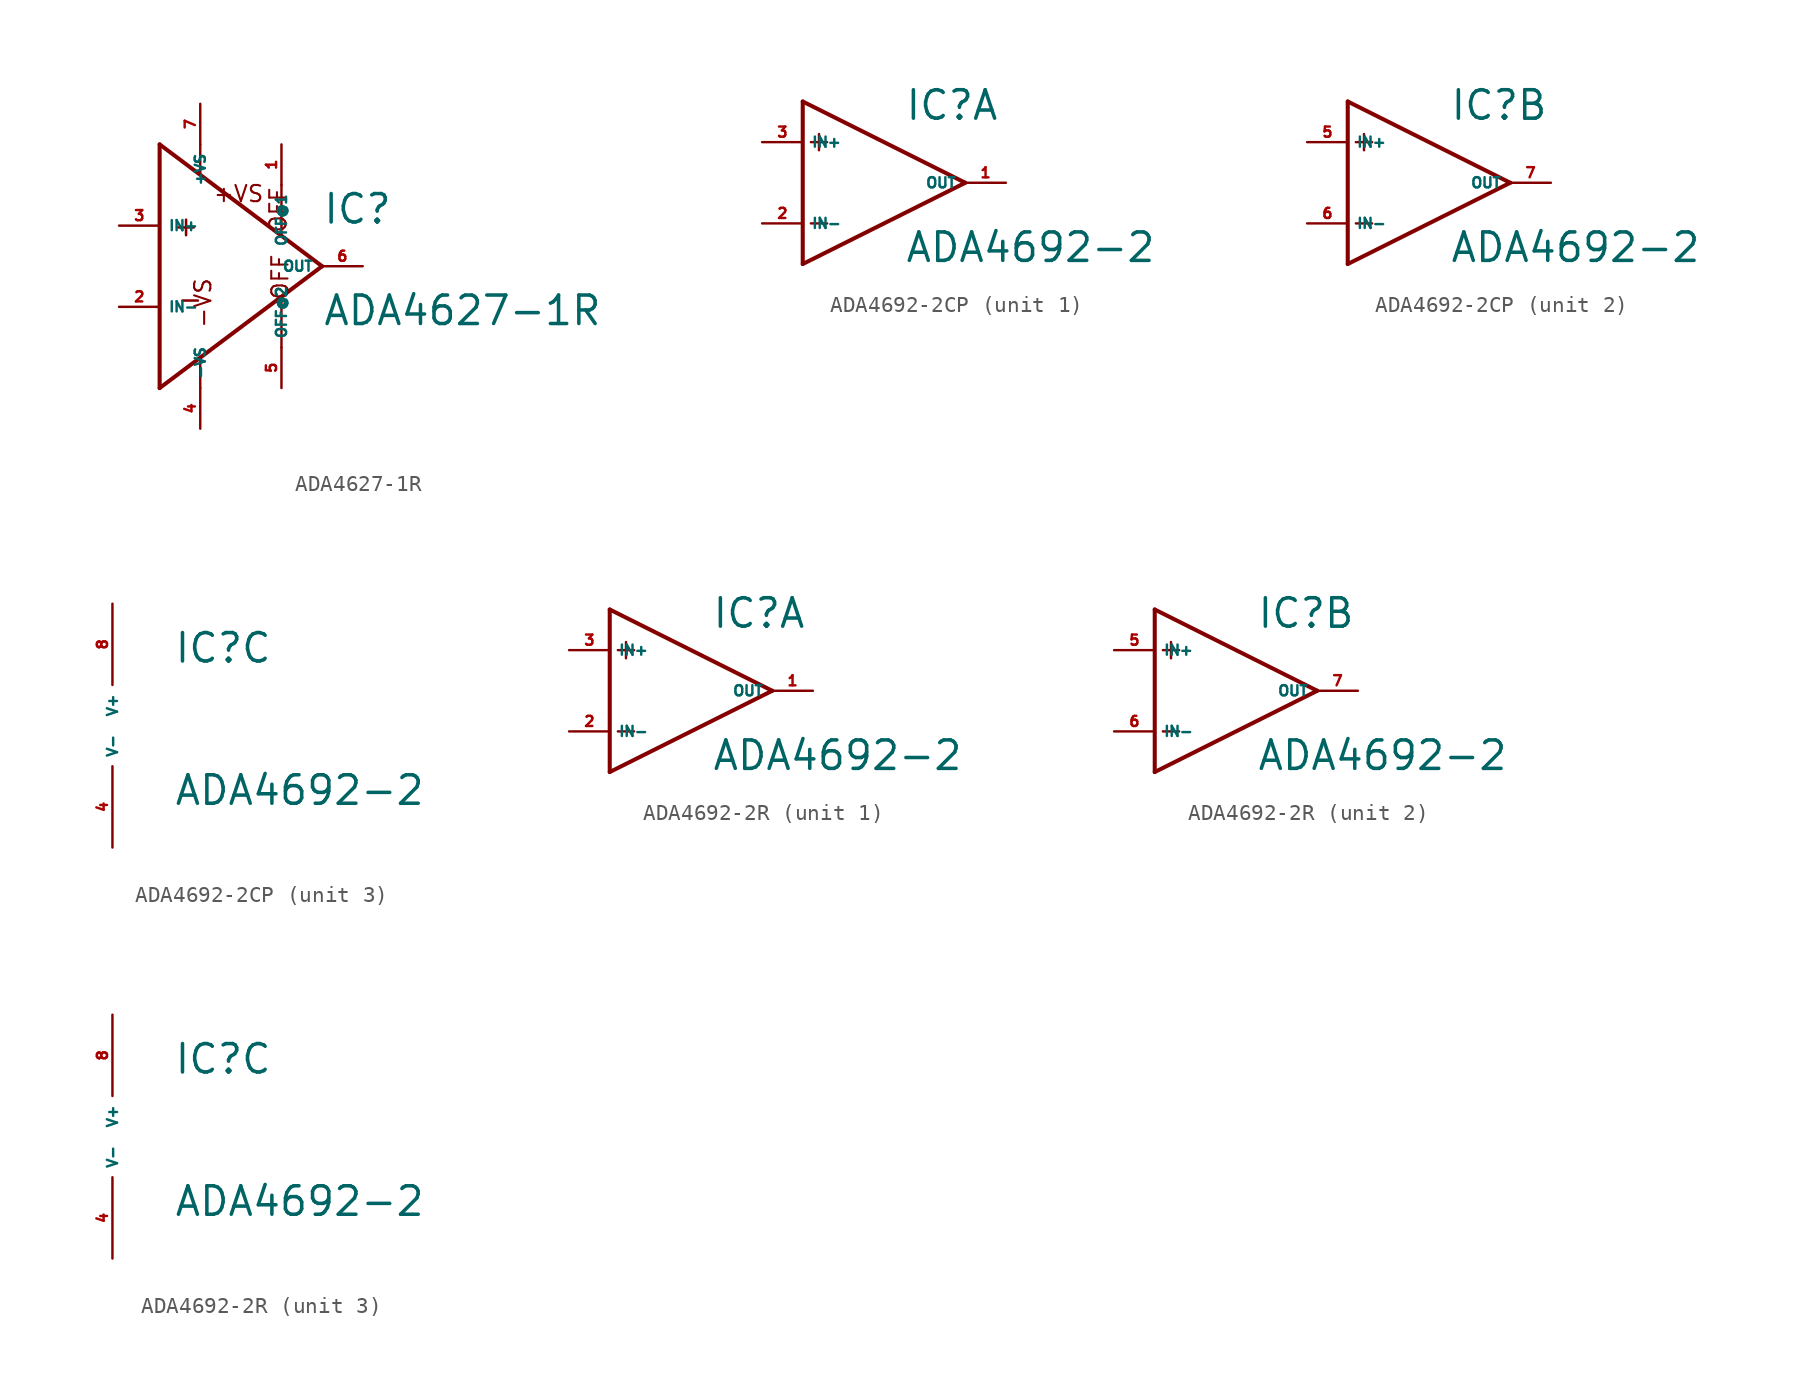
<source format=kicad_sym>
(kicad_symbol_lib
  (version 20220914)
  (generator Eagle2Kicad)
  (symbol "ADA4627-1R"
    (property "Reference" "IC"
      (at 7.62 2.54 0)
      (effects (font (size 1.778 1.778) (thickness 0.22)) (justify left bottom)))
    (property "Value" "ADA4627-1R"
      (at 7.62 -3.81 0)
      (effects (font (size 1.778 1.778) (thickness 0.22)) (justify left bottom)))
    (polyline
      (pts (xy -2.54 7.62) (xy -2.54 -7.62))
      (stroke (width 0.254) (type default))
      (fill (type none)))
    (polyline
      (pts (xy -2.54 -7.62) (xy 7.62 0))
      (stroke (width 0.254) (type default))
      (fill (type none)))
    (polyline
      (pts (xy 7.62 0) (xy -2.54 7.62))
      (stroke (width 0.254) (type default))
      (fill (type none)))
    (polyline
      (pts (xy 5.08 5.08) (xy 5.08 2.032))
      (stroke (width 0.152) (type default))
      (fill (type none)))
    (polyline
      (pts (xy 5.08 -5.08) (xy 5.08 -2.032))
      (stroke (width 0.152) (type default))
      (fill (type none)))
    (polyline
      (pts (xy 0 5.842) (xy 0 7.62))
      (stroke (width 0.152) (type default))
      (fill (type none)))
    (polyline
      (pts (xy 0 -7.62) (xy 0 -5.842))
      (stroke (width 0.152) (type default))
      (fill (type none)))
    (text "+"
      (at -1.778 1.778 0)
      (effects (font (size 1.27 1.27) (thickness 0.16)) (justify left bottom)))
    (text "-"
      (at -1.524 -2.794 0)
      (effects (font (size 1.27 1.27) (thickness 0.16)) (justify left bottom)))
    (text "+VS"
      (at 0.762 3.937 0)
      (effects (font (size 1.016 1.016) (thickness 0.13)) (justify left bottom mirror)))
    (text "-VS"
      (at 0.762 -3.937 1800)
      (effects (font (size 1.016 1.016) (thickness 0.13)) (justify left bottom)))
    (text "OFF"
      (at 5.588 -2.159 2700)
      (effects (font (size 1.016 1.016) (thickness 0.13)) (justify left bottom)))
    (text "OFF"
      (at 5.461 2.032 900)
      (effects (font (size 1.016 1.016) (thickness 0.13)) (justify left bottom mirror)))
    (pin input line
      (at -5.08 2.54 0)
      (length 2.54)
      (name "IN+" (effects (font (size 0.635 0.635) (thickness 0.08)) (justify left bottom)))
      (number "3" (effects (font (size 0.635 0.635) (thickness 0.08)) (justify left bottom))))
    (pin input line
      (at -5.08 -2.54 0)
      (length 2.54)
      (name "IN-" (effects (font (size 0.635 0.635) (thickness 0.08)) (justify left bottom)))
      (number "2" (effects (font (size 0.635 0.635) (thickness 0.08)) (justify left bottom))))
    (pin output line
      (at 10.16 0 180)
      (length 2.54)
      (name "OUT" (effects (font (size 0.635 0.635) (thickness 0.08)) (justify left bottom)))
      (number "6" (effects (font (size 0.635 0.635) (thickness 0.08)) (justify left bottom))))
    (pin input line
      (at 0 -10.16 90)
      (length 2.54)
      (name "-VS" (effects (font (size 0.635 0.635) (thickness 0.08)) (justify left bottom)))
      (number "4" (effects (font (size 0.635 0.635) (thickness 0.08)) (justify left bottom))))
    (pin input line
      (at 0 10.16 270)
      (length 2.54)
      (name "+VS" (effects (font (size 0.635 0.635) (thickness 0.08)) (justify left bottom)))
      (number "7" (effects (font (size 0.635 0.635) (thickness 0.08)) (justify left bottom))))
    (pin passive line
      (at 5.08 7.62 270)
      (length 2.54)
      (name "OFF@1" (effects (font (size 0.635 0.635) (thickness 0.08)) (justify left bottom)))
      (number "1" (effects (font (size 0.635 0.635) (thickness 0.08)) (justify left bottom))))
    (pin passive line
      (at 5.08 -7.62 90)
      (length 2.54)
      (name "OFF@2" (effects (font (size 0.635 0.635) (thickness 0.08)) (justify left bottom)))
      (number "5" (effects (font (size 0.635 0.635) (thickness 0.08)) (justify left bottom)))))
  (symbol "ADA4692-2CP"
    (property "Reference" "IC"
      (at 3.81 3.81 0)
      (effects (font (size 1.778 1.778) (thickness 0.22)) (justify left bottom)))
    (property "Value" "ADA4692-2"
      (at 3.81 -5.08 0)
      (effects (font (size 1.778 1.778) (thickness 0.22)) (justify left bottom)))
    (symbol "ADA4692-2CP_1_0"
      (polyline (pts (xy -2.54 5.08) (xy -2.54 -5.08)) (stroke (width 0.254) (type default)) (fill (type none)))
      (polyline (pts (xy -2.54 -5.08) (xy 7.62 0)) (stroke (width 0.254) (type default)) (fill (type none)))
      (polyline (pts (xy 7.62 0) (xy -2.54 5.08)) (stroke (width 0.254) (type default)) (fill (type none)))
      (polyline (pts (xy -2.032 2.54) (xy -1.016 2.54)) (stroke (width 0.152) (type default)) (fill (type none)))
      (polyline (pts (xy -1.524 3.048) (xy -1.524 2.032)) (stroke (width 0.152) (type default)) (fill (type none)))
      (polyline (pts (xy -2.032 -2.54) (xy -1.016 -2.54)) (stroke (width 0.152) (type default)) (fill (type none)))
      (pin input line (at -5.08 2.54 0) (length 2.54) (name "IN+" (effects (font (size 0.635 0.635) (thickness 0.08)) (justify left bottom))) (number "3" (effects (font (size 0.635 0.635) (thickness 0.08)) (justify left bottom))))
      (pin input line (at -5.08 -2.54 0) (length 2.54) (name "IN-" (effects (font (size 0.635 0.635) (thickness 0.08)) (justify left bottom))) (number "2" (effects (font (size 0.635 0.635) (thickness 0.08)) (justify left bottom))))
      (pin output line (at 10.16 0 180) (length 2.54) (name "OUT" (effects (font (size 0.635 0.635) (thickness 0.08)) (justify left bottom))) (number "1" (effects (font (size 0.635 0.635) (thickness 0.08)) (justify left bottom)))))
    (symbol "ADA4692-2CP_2_0"
      (polyline (pts (xy -2.54 5.08) (xy -2.54 -5.08)) (stroke (width 0.254) (type default)) (fill (type none)))
      (polyline (pts (xy -2.54 -5.08) (xy 7.62 0)) (stroke (width 0.254) (type default)) (fill (type none)))
      (polyline (pts (xy 7.62 0) (xy -2.54 5.08)) (stroke (width 0.254) (type default)) (fill (type none)))
      (polyline (pts (xy -2.032 2.54) (xy -1.016 2.54)) (stroke (width 0.152) (type default)) (fill (type none)))
      (polyline (pts (xy -1.524 3.048) (xy -1.524 2.032)) (stroke (width 0.152) (type default)) (fill (type none)))
      (polyline (pts (xy -2.032 -2.54) (xy -1.016 -2.54)) (stroke (width 0.152) (type default)) (fill (type none)))
      (pin input line (at -5.08 2.54 0) (length 2.54) (name "IN+" (effects (font (size 0.635 0.635) (thickness 0.08)) (justify left bottom))) (number "5" (effects (font (size 0.635 0.635) (thickness 0.08)) (justify left bottom))))
      (pin input line (at -5.08 -2.54 0) (length 2.54) (name "IN-" (effects (font (size 0.635 0.635) (thickness 0.08)) (justify left bottom))) (number "6" (effects (font (size 0.635 0.635) (thickness 0.08)) (justify left bottom))))
      (pin output line (at 10.16 0 180) (length 2.54) (name "OUT" (effects (font (size 0.635 0.635) (thickness 0.08)) (justify left bottom))) (number "7" (effects (font (size 0.635 0.635) (thickness 0.08)) (justify left bottom)))))
    (symbol "ADA4692-2CP_3_0"
      (pin unspecified line (at 0 7.62 270) (length 5.08) (name "V+" (effects (font (size 0.635 0.635) (thickness 0.08)) (justify left bottom))) (number "8" (effects (font (size 0.635 0.635) (thickness 0.08)) (justify left bottom))))
      (pin unspecified line (at 0 -7.62 90) (length 5.08) (name "V-" (effects (font (size 0.635 0.635) (thickness 0.08)) (justify left bottom))) (number "4" (effects (font (size 0.635 0.635) (thickness 0.08)) (justify left bottom))))))
  (symbol "ADA4692-2R"
    (property "Reference" "IC"
      (at 3.81 3.81 0)
      (effects (font (size 1.778 1.778) (thickness 0.22)) (justify left bottom)))
    (property "Value" "ADA4692-2"
      (at 3.81 -5.08 0)
      (effects (font (size 1.778 1.778) (thickness 0.22)) (justify left bottom)))
    (symbol "ADA4692-2R_1_0"
      (polyline (pts (xy -2.54 5.08) (xy -2.54 -5.08)) (stroke (width 0.254) (type default)) (fill (type none)))
      (polyline (pts (xy -2.54 -5.08) (xy 7.62 0)) (stroke (width 0.254) (type default)) (fill (type none)))
      (polyline (pts (xy 7.62 0) (xy -2.54 5.08)) (stroke (width 0.254) (type default)) (fill (type none)))
      (polyline (pts (xy -2.032 2.54) (xy -1.016 2.54)) (stroke (width 0.152) (type default)) (fill (type none)))
      (polyline (pts (xy -1.524 3.048) (xy -1.524 2.032)) (stroke (width 0.152) (type default)) (fill (type none)))
      (polyline (pts (xy -2.032 -2.54) (xy -1.016 -2.54)) (stroke (width 0.152) (type default)) (fill (type none)))
      (pin input line (at -5.08 2.54 0) (length 2.54) (name "IN+" (effects (font (size 0.635 0.635) (thickness 0.08)) (justify left bottom))) (number "3" (effects (font (size 0.635 0.635) (thickness 0.08)) (justify left bottom))))
      (pin input line (at -5.08 -2.54 0) (length 2.54) (name "IN-" (effects (font (size 0.635 0.635) (thickness 0.08)) (justify left bottom))) (number "2" (effects (font (size 0.635 0.635) (thickness 0.08)) (justify left bottom))))
      (pin output line (at 10.16 0 180) (length 2.54) (name "OUT" (effects (font (size 0.635 0.635) (thickness 0.08)) (justify left bottom))) (number "1" (effects (font (size 0.635 0.635) (thickness 0.08)) (justify left bottom)))))
    (symbol "ADA4692-2R_2_0"
      (polyline (pts (xy -2.54 5.08) (xy -2.54 -5.08)) (stroke (width 0.254) (type default)) (fill (type none)))
      (polyline (pts (xy -2.54 -5.08) (xy 7.62 0)) (stroke (width 0.254) (type default)) (fill (type none)))
      (polyline (pts (xy 7.62 0) (xy -2.54 5.08)) (stroke (width 0.254) (type default)) (fill (type none)))
      (polyline (pts (xy -2.032 2.54) (xy -1.016 2.54)) (stroke (width 0.152) (type default)) (fill (type none)))
      (polyline (pts (xy -1.524 3.048) (xy -1.524 2.032)) (stroke (width 0.152) (type default)) (fill (type none)))
      (polyline (pts (xy -2.032 -2.54) (xy -1.016 -2.54)) (stroke (width 0.152) (type default)) (fill (type none)))
      (pin input line (at -5.08 2.54 0) (length 2.54) (name "IN+" (effects (font (size 0.635 0.635) (thickness 0.08)) (justify left bottom))) (number "5" (effects (font (size 0.635 0.635) (thickness 0.08)) (justify left bottom))))
      (pin input line (at -5.08 -2.54 0) (length 2.54) (name "IN-" (effects (font (size 0.635 0.635) (thickness 0.08)) (justify left bottom))) (number "6" (effects (font (size 0.635 0.635) (thickness 0.08)) (justify left bottom))))
      (pin output line (at 10.16 0 180) (length 2.54) (name "OUT" (effects (font (size 0.635 0.635) (thickness 0.08)) (justify left bottom))) (number "7" (effects (font (size 0.635 0.635) (thickness 0.08)) (justify left bottom)))))
    (symbol "ADA4692-2R_3_0"
      (pin unspecified line (at 0 7.62 270) (length 5.08) (name "V+" (effects (font (size 0.635 0.635) (thickness 0.08)) (justify left bottom))) (number "8" (effects (font (size 0.635 0.635) (thickness 0.08)) (justify left bottom))))
      (pin unspecified line (at 0 -7.62 90) (length 5.08) (name "V-" (effects (font (size 0.635 0.635) (thickness 0.08)) (justify left bottom))) (number "4" (effects (font (size 0.635 0.635) (thickness 0.08)) (justify left bottom)))))))
</source>
